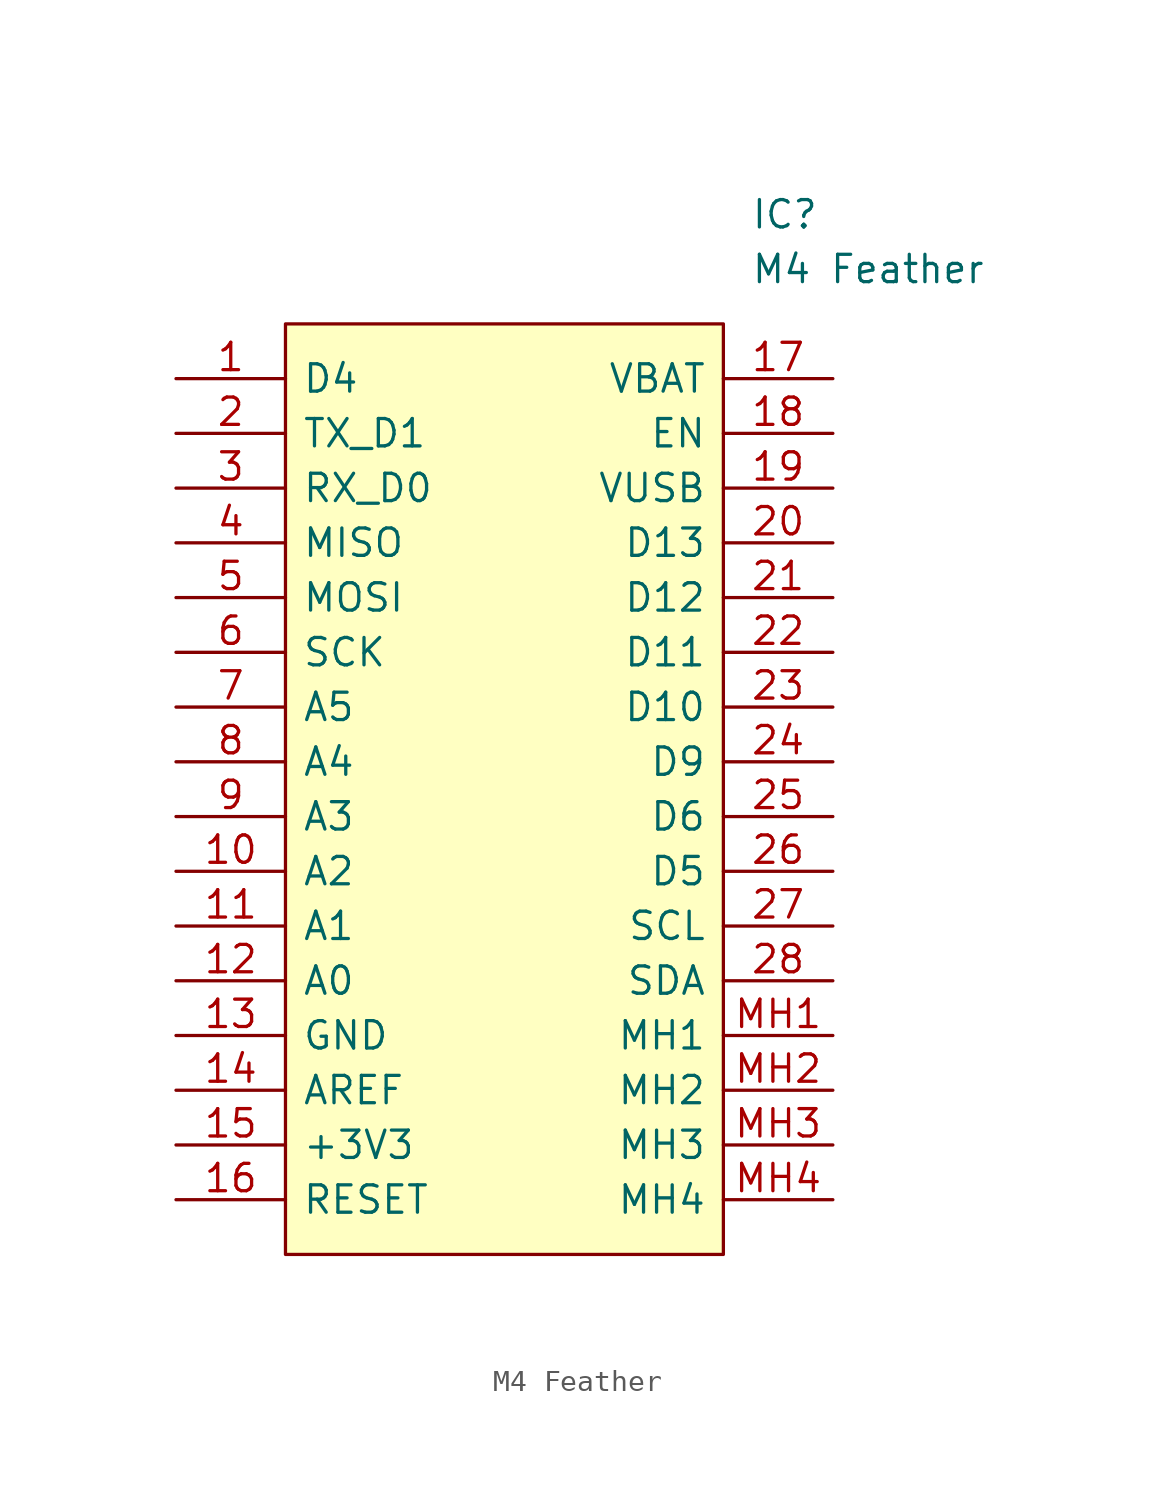
<source format=kicad_sym>
(kicad_symbol_lib
  (version 20211014)
  (generator kicad_symbol_editor)
  (symbol "M4 Feather"
    (pin_names
      (offset 0.762))
    (property "Reference" "IC"
      (at 26.67 7.62 0)
      (effects (font (size 1.27 1.27)) (justify left)))
    (property "Value" "M4 Feather"
      (at 26.67 5.08 0)
      (effects (font (size 1.27 1.27)) (justify left)))
    (symbol "M4 Feather_0_0"
      (pin bidirectional line (at 0 0 0) (length 5.08) (name "D4" (effects (font (size 1.27 1.27)))) (number "1" (effects (font (size 1.27 1.27)))))
      (pin bidirectional line (at 0 -22.86 0) (length 5.08) (name "A2" (effects (font (size 1.27 1.27)))) (number "10" (effects (font (size 1.27 1.27)))))
      (pin bidirectional line (at 0 -25.4 0) (length 5.08) (name "A1" (effects (font (size 1.27 1.27)))) (number "11" (effects (font (size 1.27 1.27)))))
      (pin bidirectional line (at 0 -27.94 0) (length 5.08) (name "A0" (effects (font (size 1.27 1.27)))) (number "12" (effects (font (size 1.27 1.27)))))
      (pin power_in line (at 0 -30.48 0) (length 5.08) (name "GND" (effects (font (size 1.27 1.27)))) (number "13" (effects (font (size 1.27 1.27)))))
      (pin bidirectional line (at 0 -33.02 0) (length 5.08) (name "AREF" (effects (font (size 1.27 1.27)))) (number "14" (effects (font (size 1.27 1.27)))))
      (pin power_in line (at 0 -35.56 0) (length 5.08) (name "+3V3" (effects (font (size 1.27 1.27)))) (number "15" (effects (font (size 1.27 1.27)))))
      (pin input line (at 0 -38.1 0) (length 5.08) (name "RESET" (effects (font (size 1.27 1.27)))) (number "16" (effects (font (size 1.27 1.27)))))
      (pin power_in line (at 30.48 0 180) (length 5.08) (name "VBAT" (effects (font (size 1.27 1.27)))) (number "17" (effects (font (size 1.27 1.27)))))
      (pin input line (at 30.48 -2.54 180) (length 5.08) (name "EN" (effects (font (size 1.27 1.27)))) (number "18" (effects (font (size 1.27 1.27)))))
      (pin power_in line (at 30.48 -5.08 180) (length 5.08) (name "VUSB" (effects (font (size 1.27 1.27)))) (number "19" (effects (font (size 1.27 1.27)))))
      (pin bidirectional line (at 0 -2.54 0) (length 5.08) (name "TX_D1" (effects (font (size 1.27 1.27)))) (number "2" (effects (font (size 1.27 1.27)))))
      (pin bidirectional line (at 30.48 -7.62 180) (length 5.08) (name "D13" (effects (font (size 1.27 1.27)))) (number "20" (effects (font (size 1.27 1.27)))))
      (pin bidirectional line (at 30.48 -10.16 180) (length 5.08) (name "D12" (effects (font (size 1.27 1.27)))) (number "21" (effects (font (size 1.27 1.27)))))
      (pin bidirectional line (at 30.48 -12.7 180) (length 5.08) (name "D11" (effects (font (size 1.27 1.27)))) (number "22" (effects (font (size 1.27 1.27)))))
      (pin bidirectional line (at 30.48 -15.24 180) (length 5.08) (name "D10" (effects (font (size 1.27 1.27)))) (number "23" (effects (font (size 1.27 1.27)))))
      (pin bidirectional line (at 30.48 -17.78 180) (length 5.08) (name "D9" (effects (font (size 1.27 1.27)))) (number "24" (effects (font (size 1.27 1.27)))))
      (pin bidirectional line (at 30.48 -20.32 180) (length 5.08) (name "D6" (effects (font (size 1.27 1.27)))) (number "25" (effects (font (size 1.27 1.27)))))
      (pin bidirectional line (at 30.48 -22.86 180) (length 5.08) (name "D5" (effects (font (size 1.27 1.27)))) (number "26" (effects (font (size 1.27 1.27)))))
      (pin bidirectional line (at 30.48 -25.4 180) (length 5.08) (name "SCL" (effects (font (size 1.27 1.27)))) (number "27" (effects (font (size 1.27 1.27)))))
      (pin bidirectional line (at 30.48 -27.94 180) (length 5.08) (name "SDA" (effects (font (size 1.27 1.27)))) (number "28" (effects (font (size 1.27 1.27)))))
      (pin bidirectional line (at 0 -5.08 0) (length 5.08) (name "RX_D0" (effects (font (size 1.27 1.27)))) (number "3" (effects (font (size 1.27 1.27)))))
      (pin bidirectional line (at 0 -7.62 0) (length 5.08) (name "MISO" (effects (font (size 1.27 1.27)))) (number "4" (effects (font (size 1.27 1.27)))))
      (pin bidirectional line (at 0 -10.16 0) (length 5.08) (name "MOSI" (effects (font (size 1.27 1.27)))) (number "5" (effects (font (size 1.27 1.27)))))
      (pin bidirectional line (at 0 -12.7 0) (length 5.08) (name "SCK" (effects (font (size 1.27 1.27)))) (number "6" (effects (font (size 1.27 1.27)))))
      (pin bidirectional line (at 0 -15.24 0) (length 5.08) (name "A5" (effects (font (size 1.27 1.27)))) (number "7" (effects (font (size 1.27 1.27)))))
      (pin bidirectional line (at 0 -17.78 0) (length 5.08) (name "A4" (effects (font (size 1.27 1.27)))) (number "8" (effects (font (size 1.27 1.27)))))
      (pin bidirectional line (at 0 -20.32 0) (length 5.08) (name "A3" (effects (font (size 1.27 1.27)))) (number "9" (effects (font (size 1.27 1.27)))))
      (pin passive line (at 30.48 -30.48 180) (length 5.08) (name "MH1" (effects (font (size 1.27 1.27)))) (number "MH1" (effects (font (size 1.27 1.27)))))
      (pin passive line (at 30.48 -33.02 180) (length 5.08) (name "MH2" (effects (font (size 1.27 1.27)))) (number "MH2" (effects (font (size 1.27 1.27)))))
      (pin passive line (at 30.48 -35.56 180) (length 5.08) (name "MH3" (effects (font (size 1.27 1.27)))) (number "MH3" (effects (font (size 1.27 1.27)))))
      (pin passive line (at 30.48 -38.1 180) (length 5.08) (name "MH4" (effects (font (size 1.27 1.27)))) (number "MH4" (effects (font (size 1.27 1.27))))))
    (symbol "M4 Feather_0_1"
      (polyline (pts (xy 5.08 2.54) (xy 25.4 2.54) (xy 25.4 -40.64) (xy 5.08 -40.64) (xy 5.08 2.54)) (stroke (width 0.152) (type default) (color 0 0 0 0)) (fill (type background))))))
</source>
